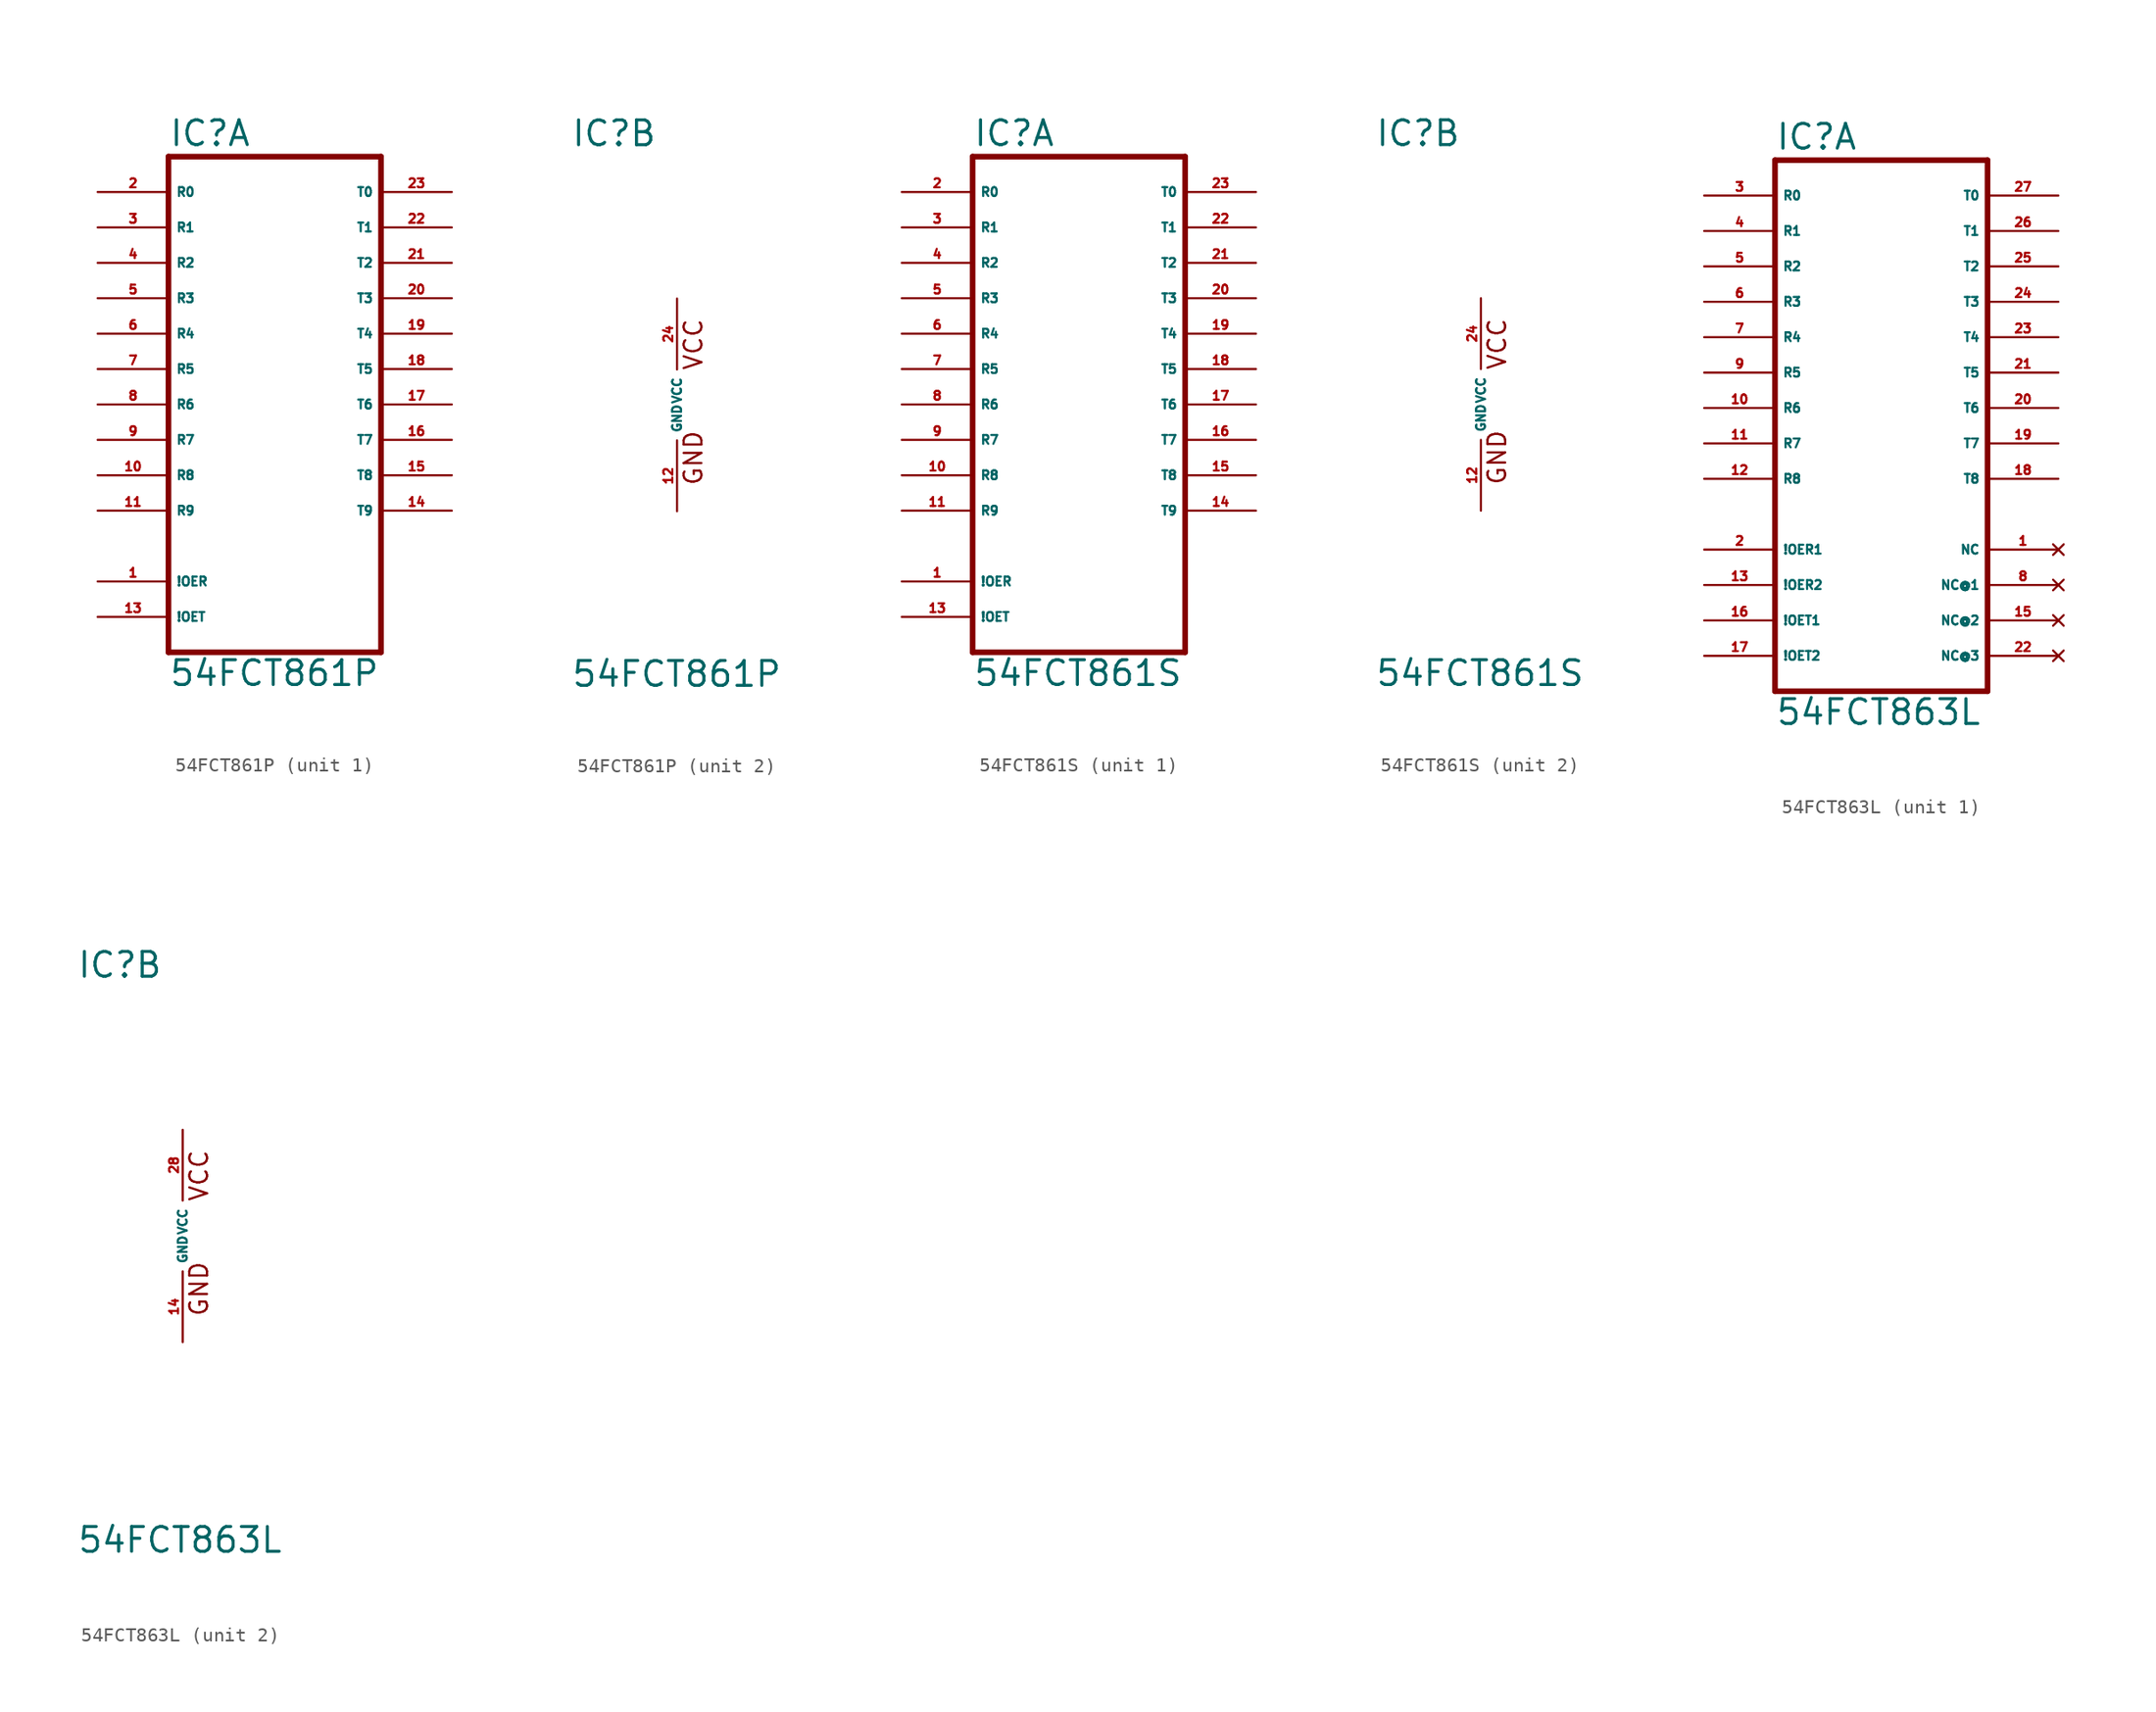
<source format=kicad_sym>
(kicad_symbol_lib
  (version 20220914)
  (generator Eagle2Kicad)
  (symbol "54FCT861P"
    (property "Reference" "IC"
      (at -7.62 18.415 0)
      (effects (font (size 1.778 1.778) (thickness 0.22)) (justify left bottom)))
    (property "Value" "54FCT861P"
      (at -7.62 -20.32 0)
      (effects (font (size 1.778 1.778) (thickness 0.22)) (justify left bottom)))
    (symbol "54FCT861P_1_0"
      (polyline (pts (xy -7.62 -17.78) (xy 7.62 -17.78)) (stroke (width 0.406) (type default)) (fill (type none)))
      (polyline (pts (xy 7.62 -17.78) (xy 7.62 17.78)) (stroke (width 0.406) (type default)) (fill (type none)))
      (polyline (pts (xy 7.62 17.78) (xy -7.62 17.78)) (stroke (width 0.406) (type default)) (fill (type none)))
      (polyline (pts (xy -7.62 17.78) (xy -7.62 -17.78)) (stroke (width 0.406) (type default)) (fill (type none)))
      (pin bidirectional line (at -12.7 15.24 0) (length 5.08) (name "R0" (effects (font (size 0.635 0.635) (thickness 0.08)) (justify left bottom))) (number "2" (effects (font (size 0.635 0.635) (thickness 0.08)) (justify left bottom))))
      (pin bidirectional line (at -12.7 12.7 0) (length 5.08) (name "R1" (effects (font (size 0.635 0.635) (thickness 0.08)) (justify left bottom))) (number "3" (effects (font (size 0.635 0.635) (thickness 0.08)) (justify left bottom))))
      (pin bidirectional line (at -12.7 10.16 0) (length 5.08) (name "R2" (effects (font (size 0.635 0.635) (thickness 0.08)) (justify left bottom))) (number "4" (effects (font (size 0.635 0.635) (thickness 0.08)) (justify left bottom))))
      (pin bidirectional line (at -12.7 7.62 0) (length 5.08) (name "R3" (effects (font (size 0.635 0.635) (thickness 0.08)) (justify left bottom))) (number "5" (effects (font (size 0.635 0.635) (thickness 0.08)) (justify left bottom))))
      (pin bidirectional line (at -12.7 5.08 0) (length 5.08) (name "R4" (effects (font (size 0.635 0.635) (thickness 0.08)) (justify left bottom))) (number "6" (effects (font (size 0.635 0.635) (thickness 0.08)) (justify left bottom))))
      (pin bidirectional line (at -12.7 2.54 0) (length 5.08) (name "R5" (effects (font (size 0.635 0.635) (thickness 0.08)) (justify left bottom))) (number "7" (effects (font (size 0.635 0.635) (thickness 0.08)) (justify left bottom))))
      (pin bidirectional line (at -12.7 0 0) (length 5.08) (name "R6" (effects (font (size 0.635 0.635) (thickness 0.08)) (justify left bottom))) (number "8" (effects (font (size 0.635 0.635) (thickness 0.08)) (justify left bottom))))
      (pin bidirectional line (at -12.7 -2.54 0) (length 5.08) (name "R7" (effects (font (size 0.635 0.635) (thickness 0.08)) (justify left bottom))) (number "9" (effects (font (size 0.635 0.635) (thickness 0.08)) (justify left bottom))))
      (pin bidirectional line (at 12.7 15.24 180) (length 5.08) (name "T0" (effects (font (size 0.635 0.635) (thickness 0.08)) (justify left bottom))) (number "23" (effects (font (size 0.635 0.635) (thickness 0.08)) (justify left bottom))))
      (pin bidirectional line (at 12.7 12.7 180) (length 5.08) (name "T1" (effects (font (size 0.635 0.635) (thickness 0.08)) (justify left bottom))) (number "22" (effects (font (size 0.635 0.635) (thickness 0.08)) (justify left bottom))))
      (pin bidirectional line (at 12.7 10.16 180) (length 5.08) (name "T2" (effects (font (size 0.635 0.635) (thickness 0.08)) (justify left bottom))) (number "21" (effects (font (size 0.635 0.635) (thickness 0.08)) (justify left bottom))))
      (pin bidirectional line (at 12.7 7.62 180) (length 5.08) (name "T3" (effects (font (size 0.635 0.635) (thickness 0.08)) (justify left bottom))) (number "20" (effects (font (size 0.635 0.635) (thickness 0.08)) (justify left bottom))))
      (pin bidirectional line (at 12.7 5.08 180) (length 5.08) (name "T4" (effects (font (size 0.635 0.635) (thickness 0.08)) (justify left bottom))) (number "19" (effects (font (size 0.635 0.635) (thickness 0.08)) (justify left bottom))))
      (pin bidirectional line (at 12.7 2.54 180) (length 5.08) (name "T5" (effects (font (size 0.635 0.635) (thickness 0.08)) (justify left bottom))) (number "18" (effects (font (size 0.635 0.635) (thickness 0.08)) (justify left bottom))))
      (pin bidirectional line (at 12.7 0 180) (length 5.08) (name "T6" (effects (font (size 0.635 0.635) (thickness 0.08)) (justify left bottom))) (number "17" (effects (font (size 0.635 0.635) (thickness 0.08)) (justify left bottom))))
      (pin bidirectional line (at 12.7 -2.54 180) (length 5.08) (name "T7" (effects (font (size 0.635 0.635) (thickness 0.08)) (justify left bottom))) (number "16" (effects (font (size 0.635 0.635) (thickness 0.08)) (justify left bottom))))
      (pin bidirectional line (at -12.7 -5.08 0) (length 5.08) (name "R8" (effects (font (size 0.635 0.635) (thickness 0.08)) (justify left bottom))) (number "10" (effects (font (size 0.635 0.635) (thickness 0.08)) (justify left bottom))))
      (pin input line (at -12.7 -15.24 0) (length 5.08) (name "!OET" (effects (font (size 0.635 0.635) (thickness 0.08)) (justify left bottom))) (number "13" (effects (font (size 0.635 0.635) (thickness 0.08)) (justify left bottom))))
      (pin bidirectional line (at -12.7 -7.62 0) (length 5.08) (name "R9" (effects (font (size 0.635 0.635) (thickness 0.08)) (justify left bottom))) (number "11" (effects (font (size 0.635 0.635) (thickness 0.08)) (justify left bottom))))
      (pin input line (at -12.7 -12.7 0) (length 5.08) (name "!OER" (effects (font (size 0.635 0.635) (thickness 0.08)) (justify left bottom))) (number "1" (effects (font (size 0.635 0.635) (thickness 0.08)) (justify left bottom))))
      (pin bidirectional line (at 12.7 -7.62 180) (length 5.08) (name "T9" (effects (font (size 0.635 0.635) (thickness 0.08)) (justify left bottom))) (number "14" (effects (font (size 0.635 0.635) (thickness 0.08)) (justify left bottom))))
      (pin bidirectional line (at 12.7 -5.08 180) (length 5.08) (name "T8" (effects (font (size 0.635 0.635) (thickness 0.08)) (justify left bottom))) (number "15" (effects (font (size 0.635 0.635) (thickness 0.08)) (justify left bottom)))))
    (symbol "54FCT861P_2_0"
      (text "GND" (at 1.905 -5.842 900) (effects (font (size 1.27 1.27) (thickness 0.16)) (justify left bottom)))
      (text "VCC" (at 1.905 2.413 900) (effects (font (size 1.27 1.27) (thickness 0.16)) (justify left bottom)))
      (pin unspecified line (at 0 7.62 270) (length 5.08) (name "VCC" (effects (font (size 0.635 0.635) (thickness 0.08)) (justify left bottom))) (number "24" (effects (font (size 0.635 0.635) (thickness 0.08)) (justify left bottom))))
      (pin unspecified line (at 0 -7.62 90) (length 5.08) (name "GND" (effects (font (size 0.635 0.635) (thickness 0.08)) (justify left bottom))) (number "12" (effects (font (size 0.635 0.635) (thickness 0.08)) (justify left bottom))))))
  (symbol "54FCT861S"
    (property "Reference" "IC"
      (at -7.62 18.415 0)
      (effects (font (size 1.778 1.778) (thickness 0.22)) (justify left bottom)))
    (property "Value" "54FCT861S"
      (at -7.62 -20.32 0)
      (effects (font (size 1.778 1.778) (thickness 0.22)) (justify left bottom)))
    (symbol "54FCT861S_1_0"
      (polyline (pts (xy -7.62 -17.78) (xy 7.62 -17.78)) (stroke (width 0.406) (type default)) (fill (type none)))
      (polyline (pts (xy 7.62 -17.78) (xy 7.62 17.78)) (stroke (width 0.406) (type default)) (fill (type none)))
      (polyline (pts (xy 7.62 17.78) (xy -7.62 17.78)) (stroke (width 0.406) (type default)) (fill (type none)))
      (polyline (pts (xy -7.62 17.78) (xy -7.62 -17.78)) (stroke (width 0.406) (type default)) (fill (type none)))
      (pin bidirectional line (at -12.7 15.24 0) (length 5.08) (name "R0" (effects (font (size 0.635 0.635) (thickness 0.08)) (justify left bottom))) (number "2" (effects (font (size 0.635 0.635) (thickness 0.08)) (justify left bottom))))
      (pin bidirectional line (at -12.7 12.7 0) (length 5.08) (name "R1" (effects (font (size 0.635 0.635) (thickness 0.08)) (justify left bottom))) (number "3" (effects (font (size 0.635 0.635) (thickness 0.08)) (justify left bottom))))
      (pin bidirectional line (at -12.7 10.16 0) (length 5.08) (name "R2" (effects (font (size 0.635 0.635) (thickness 0.08)) (justify left bottom))) (number "4" (effects (font (size 0.635 0.635) (thickness 0.08)) (justify left bottom))))
      (pin bidirectional line (at -12.7 7.62 0) (length 5.08) (name "R3" (effects (font (size 0.635 0.635) (thickness 0.08)) (justify left bottom))) (number "5" (effects (font (size 0.635 0.635) (thickness 0.08)) (justify left bottom))))
      (pin bidirectional line (at -12.7 5.08 0) (length 5.08) (name "R4" (effects (font (size 0.635 0.635) (thickness 0.08)) (justify left bottom))) (number "6" (effects (font (size 0.635 0.635) (thickness 0.08)) (justify left bottom))))
      (pin bidirectional line (at -12.7 2.54 0) (length 5.08) (name "R5" (effects (font (size 0.635 0.635) (thickness 0.08)) (justify left bottom))) (number "7" (effects (font (size 0.635 0.635) (thickness 0.08)) (justify left bottom))))
      (pin bidirectional line (at -12.7 0 0) (length 5.08) (name "R6" (effects (font (size 0.635 0.635) (thickness 0.08)) (justify left bottom))) (number "8" (effects (font (size 0.635 0.635) (thickness 0.08)) (justify left bottom))))
      (pin bidirectional line (at -12.7 -2.54 0) (length 5.08) (name "R7" (effects (font (size 0.635 0.635) (thickness 0.08)) (justify left bottom))) (number "9" (effects (font (size 0.635 0.635) (thickness 0.08)) (justify left bottom))))
      (pin bidirectional line (at 12.7 15.24 180) (length 5.08) (name "T0" (effects (font (size 0.635 0.635) (thickness 0.08)) (justify left bottom))) (number "23" (effects (font (size 0.635 0.635) (thickness 0.08)) (justify left bottom))))
      (pin bidirectional line (at 12.7 12.7 180) (length 5.08) (name "T1" (effects (font (size 0.635 0.635) (thickness 0.08)) (justify left bottom))) (number "22" (effects (font (size 0.635 0.635) (thickness 0.08)) (justify left bottom))))
      (pin bidirectional line (at 12.7 10.16 180) (length 5.08) (name "T2" (effects (font (size 0.635 0.635) (thickness 0.08)) (justify left bottom))) (number "21" (effects (font (size 0.635 0.635) (thickness 0.08)) (justify left bottom))))
      (pin bidirectional line (at 12.7 7.62 180) (length 5.08) (name "T3" (effects (font (size 0.635 0.635) (thickness 0.08)) (justify left bottom))) (number "20" (effects (font (size 0.635 0.635) (thickness 0.08)) (justify left bottom))))
      (pin bidirectional line (at 12.7 5.08 180) (length 5.08) (name "T4" (effects (font (size 0.635 0.635) (thickness 0.08)) (justify left bottom))) (number "19" (effects (font (size 0.635 0.635) (thickness 0.08)) (justify left bottom))))
      (pin bidirectional line (at 12.7 2.54 180) (length 5.08) (name "T5" (effects (font (size 0.635 0.635) (thickness 0.08)) (justify left bottom))) (number "18" (effects (font (size 0.635 0.635) (thickness 0.08)) (justify left bottom))))
      (pin bidirectional line (at 12.7 0 180) (length 5.08) (name "T6" (effects (font (size 0.635 0.635) (thickness 0.08)) (justify left bottom))) (number "17" (effects (font (size 0.635 0.635) (thickness 0.08)) (justify left bottom))))
      (pin bidirectional line (at 12.7 -2.54 180) (length 5.08) (name "T7" (effects (font (size 0.635 0.635) (thickness 0.08)) (justify left bottom))) (number "16" (effects (font (size 0.635 0.635) (thickness 0.08)) (justify left bottom))))
      (pin bidirectional line (at -12.7 -5.08 0) (length 5.08) (name "R8" (effects (font (size 0.635 0.635) (thickness 0.08)) (justify left bottom))) (number "10" (effects (font (size 0.635 0.635) (thickness 0.08)) (justify left bottom))))
      (pin input line (at -12.7 -15.24 0) (length 5.08) (name "!OET" (effects (font (size 0.635 0.635) (thickness 0.08)) (justify left bottom))) (number "13" (effects (font (size 0.635 0.635) (thickness 0.08)) (justify left bottom))))
      (pin bidirectional line (at -12.7 -7.62 0) (length 5.08) (name "R9" (effects (font (size 0.635 0.635) (thickness 0.08)) (justify left bottom))) (number "11" (effects (font (size 0.635 0.635) (thickness 0.08)) (justify left bottom))))
      (pin input line (at -12.7 -12.7 0) (length 5.08) (name "!OER" (effects (font (size 0.635 0.635) (thickness 0.08)) (justify left bottom))) (number "1" (effects (font (size 0.635 0.635) (thickness 0.08)) (justify left bottom))))
      (pin bidirectional line (at 12.7 -7.62 180) (length 5.08) (name "T9" (effects (font (size 0.635 0.635) (thickness 0.08)) (justify left bottom))) (number "14" (effects (font (size 0.635 0.635) (thickness 0.08)) (justify left bottom))))
      (pin bidirectional line (at 12.7 -5.08 180) (length 5.08) (name "T8" (effects (font (size 0.635 0.635) (thickness 0.08)) (justify left bottom))) (number "15" (effects (font (size 0.635 0.635) (thickness 0.08)) (justify left bottom)))))
    (symbol "54FCT861S_2_0"
      (text "GND" (at 1.905 -5.842 900) (effects (font (size 1.27 1.27) (thickness 0.16)) (justify left bottom)))
      (text "VCC" (at 1.905 2.413 900) (effects (font (size 1.27 1.27) (thickness 0.16)) (justify left bottom)))
      (pin unspecified line (at 0 7.62 270) (length 5.08) (name "VCC" (effects (font (size 0.635 0.635) (thickness 0.08)) (justify left bottom))) (number "24" (effects (font (size 0.635 0.635) (thickness 0.08)) (justify left bottom))))
      (pin unspecified line (at 0 -7.62 90) (length 5.08) (name "GND" (effects (font (size 0.635 0.635) (thickness 0.08)) (justify left bottom))) (number "12" (effects (font (size 0.635 0.635) (thickness 0.08)) (justify left bottom))))))
  (symbol "54FCT863L"
    (property "Reference" "IC"
      (at -7.62 18.415 0)
      (effects (font (size 1.778 1.778) (thickness 0.22)) (justify left bottom)))
    (property "Value" "54FCT863L"
      (at -7.62 -22.86 0)
      (effects (font (size 1.778 1.778) (thickness 0.22)) (justify left bottom)))
    (symbol "54FCT863L_1_0"
      (polyline (pts (xy -7.62 -20.32) (xy 7.62 -20.32)) (stroke (width 0.406) (type default)) (fill (type none)))
      (polyline (pts (xy 7.62 -20.32) (xy 7.62 17.78)) (stroke (width 0.406) (type default)) (fill (type none)))
      (polyline (pts (xy 7.62 17.78) (xy -7.62 17.78)) (stroke (width 0.406) (type default)) (fill (type none)))
      (polyline (pts (xy -7.62 17.78) (xy -7.62 -20.32)) (stroke (width 0.406) (type default)) (fill (type none)))
      (pin bidirectional line (at -12.7 15.24 0) (length 5.08) (name "R0" (effects (font (size 0.635 0.635) (thickness 0.08)) (justify left bottom))) (number "3" (effects (font (size 0.635 0.635) (thickness 0.08)) (justify left bottom))))
      (pin bidirectional line (at -12.7 12.7 0) (length 5.08) (name "R1" (effects (font (size 0.635 0.635) (thickness 0.08)) (justify left bottom))) (number "4" (effects (font (size 0.635 0.635) (thickness 0.08)) (justify left bottom))))
      (pin bidirectional line (at -12.7 10.16 0) (length 5.08) (name "R2" (effects (font (size 0.635 0.635) (thickness 0.08)) (justify left bottom))) (number "5" (effects (font (size 0.635 0.635) (thickness 0.08)) (justify left bottom))))
      (pin bidirectional line (at -12.7 7.62 0) (length 5.08) (name "R3" (effects (font (size 0.635 0.635) (thickness 0.08)) (justify left bottom))) (number "6" (effects (font (size 0.635 0.635) (thickness 0.08)) (justify left bottom))))
      (pin bidirectional line (at -12.7 5.08 0) (length 5.08) (name "R4" (effects (font (size 0.635 0.635) (thickness 0.08)) (justify left bottom))) (number "7" (effects (font (size 0.635 0.635) (thickness 0.08)) (justify left bottom))))
      (pin bidirectional line (at -12.7 2.54 0) (length 5.08) (name "R5" (effects (font (size 0.635 0.635) (thickness 0.08)) (justify left bottom))) (number "9" (effects (font (size 0.635 0.635) (thickness 0.08)) (justify left bottom))))
      (pin bidirectional line (at -12.7 0 0) (length 5.08) (name "R6" (effects (font (size 0.635 0.635) (thickness 0.08)) (justify left bottom))) (number "10" (effects (font (size 0.635 0.635) (thickness 0.08)) (justify left bottom))))
      (pin bidirectional line (at -12.7 -2.54 0) (length 5.08) (name "R7" (effects (font (size 0.635 0.635) (thickness 0.08)) (justify left bottom))) (number "11" (effects (font (size 0.635 0.635) (thickness 0.08)) (justify left bottom))))
      (pin bidirectional line (at 12.7 15.24 180) (length 5.08) (name "T0" (effects (font (size 0.635 0.635) (thickness 0.08)) (justify left bottom))) (number "27" (effects (font (size 0.635 0.635) (thickness 0.08)) (justify left bottom))))
      (pin bidirectional line (at 12.7 12.7 180) (length 5.08) (name "T1" (effects (font (size 0.635 0.635) (thickness 0.08)) (justify left bottom))) (number "26" (effects (font (size 0.635 0.635) (thickness 0.08)) (justify left bottom))))
      (pin bidirectional line (at 12.7 10.16 180) (length 5.08) (name "T2" (effects (font (size 0.635 0.635) (thickness 0.08)) (justify left bottom))) (number "25" (effects (font (size 0.635 0.635) (thickness 0.08)) (justify left bottom))))
      (pin bidirectional line (at 12.7 7.62 180) (length 5.08) (name "T3" (effects (font (size 0.635 0.635) (thickness 0.08)) (justify left bottom))) (number "24" (effects (font (size 0.635 0.635) (thickness 0.08)) (justify left bottom))))
      (pin bidirectional line (at 12.7 5.08 180) (length 5.08) (name "T4" (effects (font (size 0.635 0.635) (thickness 0.08)) (justify left bottom))) (number "23" (effects (font (size 0.635 0.635) (thickness 0.08)) (justify left bottom))))
      (pin bidirectional line (at 12.7 2.54 180) (length 5.08) (name "T5" (effects (font (size 0.635 0.635) (thickness 0.08)) (justify left bottom))) (number "21" (effects (font (size 0.635 0.635) (thickness 0.08)) (justify left bottom))))
      (pin bidirectional line (at 12.7 0 180) (length 5.08) (name "T6" (effects (font (size 0.635 0.635) (thickness 0.08)) (justify left bottom))) (number "20" (effects (font (size 0.635 0.635) (thickness 0.08)) (justify left bottom))))
      (pin bidirectional line (at 12.7 -2.54 180) (length 5.08) (name "T7" (effects (font (size 0.635 0.635) (thickness 0.08)) (justify left bottom))) (number "19" (effects (font (size 0.635 0.635) (thickness 0.08)) (justify left bottom))))
      (pin bidirectional line (at -12.7 -5.08 0) (length 5.08) (name "R8" (effects (font (size 0.635 0.635) (thickness 0.08)) (justify left bottom))) (number "12" (effects (font (size 0.635 0.635) (thickness 0.08)) (justify left bottom))))
      (pin input line (at -12.7 -12.7 0) (length 5.08) (name "!OER2" (effects (font (size 0.635 0.635) (thickness 0.08)) (justify left bottom))) (number "13" (effects (font (size 0.635 0.635) (thickness 0.08)) (justify left bottom))))
      (pin input line (at -12.7 -15.24 0) (length 5.08) (name "!OET1" (effects (font (size 0.635 0.635) (thickness 0.08)) (justify left bottom))) (number "16" (effects (font (size 0.635 0.635) (thickness 0.08)) (justify left bottom))))
      (pin input line (at -12.7 -10.16 0) (length 5.08) (name "!OER1" (effects (font (size 0.635 0.635) (thickness 0.08)) (justify left bottom))) (number "2" (effects (font (size 0.635 0.635) (thickness 0.08)) (justify left bottom))))
      (pin input line (at -12.7 -17.78 0) (length 5.08) (name "!OET2" (effects (font (size 0.635 0.635) (thickness 0.08)) (justify left bottom))) (number "17" (effects (font (size 0.635 0.635) (thickness 0.08)) (justify left bottom))))
      (pin bidirectional line (at 12.7 -5.08 180) (length 5.08) (name "T8" (effects (font (size 0.635 0.635) (thickness 0.08)) (justify left bottom))) (number "18" (effects (font (size 0.635 0.635) (thickness 0.08)) (justify left bottom))))
      (pin no_connect line (at 12.7 -17.78 180) (length 5.08) (name "NC@3" (effects (font (size 0.635 0.635) (thickness 0.08)) (justify left bottom) hide)) (number "22" (effects (font (size 0.635 0.635) (thickness 0.08)) (justify left bottom) hide)))
      (pin no_connect line (at 12.7 -15.24 180) (length 5.08) (name "NC@2" (effects (font (size 0.635 0.635) (thickness 0.08)) (justify left bottom) hide)) (number "15" (effects (font (size 0.635 0.635) (thickness 0.08)) (justify left bottom) hide)))
      (pin no_connect line (at 12.7 -12.7 180) (length 5.08) (name "NC@1" (effects (font (size 0.635 0.635) (thickness 0.08)) (justify left bottom) hide)) (number "8" (effects (font (size 0.635 0.635) (thickness 0.08)) (justify left bottom) hide)))
      (pin no_connect line (at 12.7 -10.16 180) (length 5.08) (name "NC" (effects (font (size 0.635 0.635) (thickness 0.08)) (justify left bottom) hide)) (number "1" (effects (font (size 0.635 0.635) (thickness 0.08)) (justify left bottom) hide))))
    (symbol "54FCT863L_2_0"
      (text "GND" (at 1.905 -5.842 900) (effects (font (size 1.27 1.27) (thickness 0.16)) (justify left bottom)))
      (text "VCC" (at 1.905 2.413 900) (effects (font (size 1.27 1.27) (thickness 0.16)) (justify left bottom)))
      (pin unspecified line (at 0 7.62 270) (length 5.08) (name "VCC" (effects (font (size 0.635 0.635) (thickness 0.08)) (justify left bottom))) (number "28" (effects (font (size 0.635 0.635) (thickness 0.08)) (justify left bottom))))
      (pin unspecified line (at 0 -7.62 90) (length 5.08) (name "GND" (effects (font (size 0.635 0.635) (thickness 0.08)) (justify left bottom))) (number "14" (effects (font (size 0.635 0.635) (thickness 0.08)) (justify left bottom)))))))
</source>
